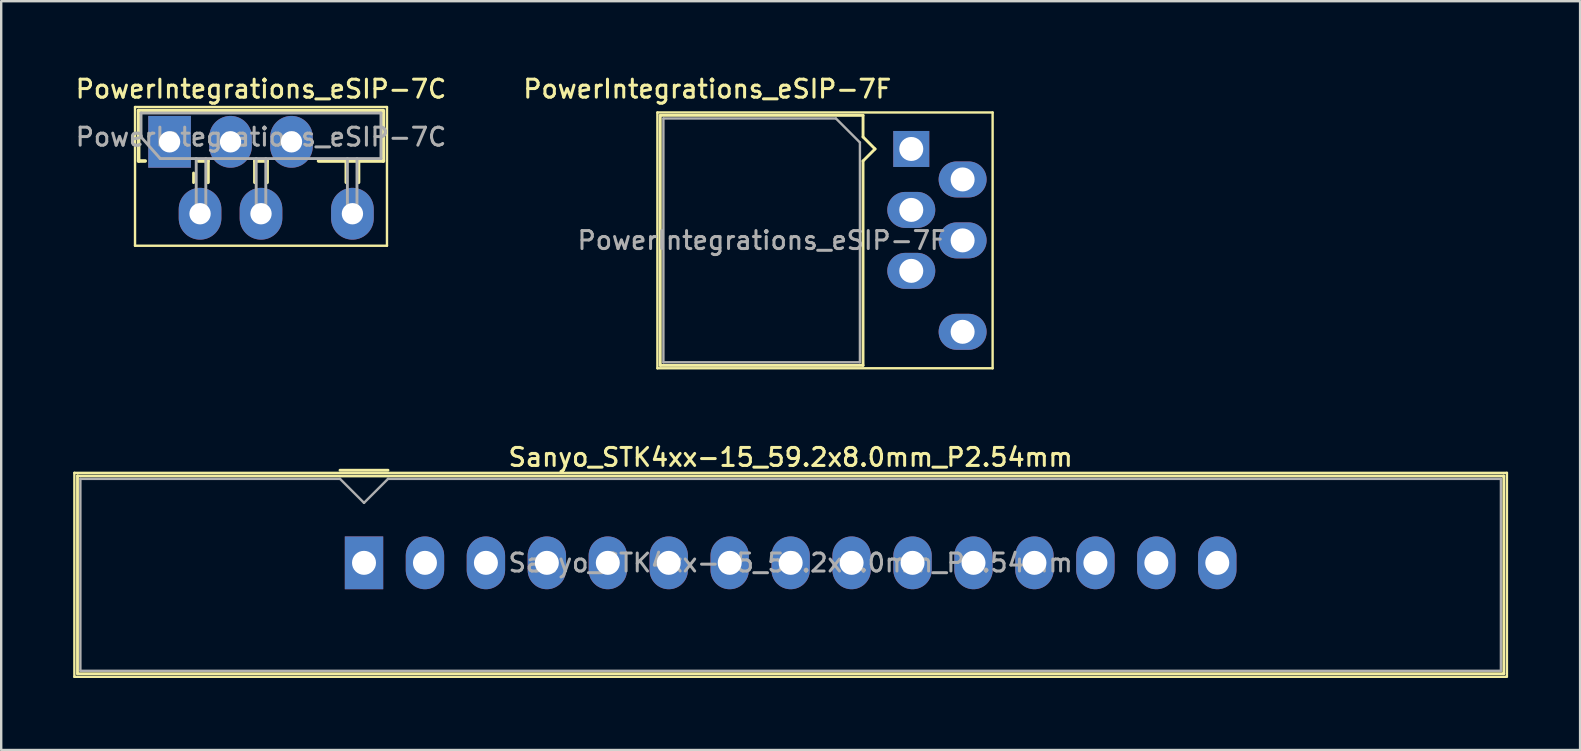
<source format=kicad_pcb>
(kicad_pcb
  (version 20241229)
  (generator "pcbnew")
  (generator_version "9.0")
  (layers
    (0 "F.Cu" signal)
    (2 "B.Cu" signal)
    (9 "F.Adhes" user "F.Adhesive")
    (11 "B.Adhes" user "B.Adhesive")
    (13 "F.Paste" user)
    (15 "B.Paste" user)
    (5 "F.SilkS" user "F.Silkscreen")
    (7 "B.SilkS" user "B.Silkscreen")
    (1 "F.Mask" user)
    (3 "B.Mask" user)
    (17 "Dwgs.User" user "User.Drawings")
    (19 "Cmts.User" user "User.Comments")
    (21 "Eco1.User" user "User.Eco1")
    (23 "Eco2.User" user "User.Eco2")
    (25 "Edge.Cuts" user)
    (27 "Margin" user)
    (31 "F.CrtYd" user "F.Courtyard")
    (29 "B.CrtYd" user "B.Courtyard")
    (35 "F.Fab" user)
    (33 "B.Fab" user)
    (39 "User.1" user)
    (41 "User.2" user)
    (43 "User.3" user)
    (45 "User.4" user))
  (footprint "Sanyo_STK4xx-15_59.2x8.0mm_P2.54mm"
    (layer "F.Cu")
    (at 12.12 20.406)
    (property "Reference" "Sanyo_STK4xx-15_59.2x8.0mm_P2.54mm" (at 17.78 -4.4 0) (layer "F.SilkS") (effects (font (size 0.75 0.75) (thickness 0.125))))
    (attr through_hole)
    (fp_line (start -12.07 -3.75) (end 47.63 -3.75) (stroke (width 0.1) (type solid)) (layer "F.SilkS"))
    (fp_line (start -12.07 4.75) (end -12.07 -3.75) (stroke (width 0.1) (type solid)) (layer "F.SilkS"))
    (fp_line (start -11.94 -3.62) (end 47.5 -3.62) (stroke (width 0.12) (type solid)) (layer "F.SilkS"))
    (fp_line (start -11.94 4.62) (end -11.94 -3.63) (stroke (width 0.12) (type solid)) (layer "F.SilkS"))
    (fp_line (start 1 -3.86) (end -1 -3.86) (stroke (width 0.12) (type solid)) (layer "F.SilkS"))
    (fp_line (start 47.5 -3.62) (end 47.5 4.62) (stroke (width 0.12) (type solid)) (layer "F.SilkS"))
    (fp_line (start 47.5 4.62) (end -11.94 4.62) (stroke (width 0.12) (type solid)) (layer "F.SilkS"))
    (fp_line (start 47.6 4.75) (end -12.07 4.75) (stroke (width 0.1) (type solid)) (layer "F.SilkS"))
    (fp_line (start 47.63 -3.75) (end 47.63 4.75) (stroke (width 0.1) (type solid)) (layer "F.SilkS"))
    (fp_line (start -11.82 -3.5) (end -1 -3.5) (stroke (width 0.1) (type solid)) (layer "F.Fab"))
    (fp_line (start -11.82 4.5) (end -11.82 -3.5) (stroke (width 0.1) (type solid)) (layer "F.Fab"))
    (fp_line (start -1 -3.5) (end 0 -2.5) (stroke (width 0.1) (type solid)) (layer "F.Fab"))
    (fp_line (start 0 -2.5) (end 1 -3.5) (stroke (width 0.1) (type solid)) (layer "F.Fab"))
    (fp_line (start 1 -3.5) (end 47.38 -3.5) (stroke (width 0.1) (type solid)) (layer "F.Fab"))
    (fp_line (start 47.38 -3.5) (end 47.38 4.5) (stroke (width 0.1) (type solid)) (layer "F.Fab"))
    (fp_line (start 47.38 4.5) (end -11.82 4.5) (stroke (width 0.1) (type solid)) (layer "F.Fab"))
    (fp_text user "${REFERENCE}" (at 17.78 0 0) (layer "F.Fab") (effects (font (size 0.75 0.75) (thickness 0.125))))
    (pad "1" thru_hole rect (at 0 0) (size 1.6 2.2) (drill 1) (layers "*.Cu" "*.Mask"))
    (pad "2" thru_hole oval (at 2.54 0) (size 1.6 2.2) (drill 1) (layers "*.Cu" "*.Mask"))
    (pad "3" thru_hole oval (at 5.08 0) (size 1.6 2.2) (drill 1) (layers "*.Cu" "*.Mask"))
    (pad "4" thru_hole oval (at 7.62 0) (size 1.6 2.2) (drill 1) (layers "*.Cu" "*.Mask"))
    (pad "5" thru_hole oval (at 10.16 0) (size 1.6 2.2) (drill 1) (layers "*.Cu" "*.Mask"))
    (pad "6" thru_hole oval (at 12.7 0) (size 1.6 2.2) (drill 1) (layers "*.Cu" "*.Mask"))
    (pad "7" thru_hole oval (at 15.24 0) (size 1.6 2.2) (drill 1) (layers "*.Cu" "*.Mask"))
    (pad "8" thru_hole oval (at 17.78 0) (size 1.6 2.2) (drill 1) (layers "*.Cu" "*.Mask"))
    (pad "9" thru_hole oval (at 20.32 0) (size 1.6 2.2) (drill 1) (layers "*.Cu" "*.Mask"))
    (pad "10" thru_hole oval (at 22.86 0) (size 1.6 2.2) (drill 1) (layers "*.Cu" "*.Mask"))
    (pad "11" thru_hole oval (at 25.4 0) (size 1.6 2.2) (drill 1) (layers "*.Cu" "*.Mask"))
    (pad "12" thru_hole oval (at 27.94 0) (size 1.6 2.2) (drill 1) (layers "*.Cu" "*.Mask"))
    (pad "13" thru_hole oval (at 30.48 0) (size 1.6 2.2) (drill 1) (layers "*.Cu" "*.Mask"))
    (pad "14" thru_hole oval (at 33.02 0) (size 1.6 2.2) (drill 1) (layers "*.Cu" "*.Mask"))
    (pad "15" thru_hole oval (at 35.56 0) (size 1.6 2.2) (drill 1) (layers "*.Cu" "*.Mask")))
  (footprint "PowerIntegrations_eSIP-7C"
    (layer "F.Cu")
    (at 4.017 2.86)
    (property "Reference" "PowerIntegrations_eSIP-7C" (at 3.81 -2.201 0) (layer "F.SilkS") (effects (font (size 0.75 0.75) (thickness 0.125))))
    (attr through_hole)
    (fp_line (start -1.44 -1.45) (end -1.44 4.33) (stroke (width 0.1) (type solid)) (layer "F.SilkS"))
    (fp_line (start -1.44 -1.45) (end 9.06 -1.45) (stroke (width 0.1) (type solid)) (layer "F.SilkS"))
    (fp_line (start -1.29 -1.301) (end 8.87 -1.301) (stroke (width 0.15) (type solid)) (layer "F.SilkS"))
    (fp_line (start -1.29 0.799) (end -1.29 -1.301) (stroke (width 0.15) (type solid)) (layer "F.SilkS"))
    (fp_line (start -1.016 0.799) (end -1.29 0.799) (stroke (width 0.15) (type solid)) (layer "F.SilkS"))
    (fp_line (start 1 1.7) (end 1 1.3) (stroke (width 0.12) (type solid)) (layer "F.SilkS"))
    (fp_line (start 1.6 0.8) (end 1.2 0.8) (stroke (width 0.15) (type solid)) (layer "F.SilkS"))
    (fp_line (start 1.6 0.8) (end 1.6 1.689) (stroke (width 0.15) (type solid)) (layer "F.SilkS"))
    (fp_line (start 3.556 0.8) (end 3.556 1.689) (stroke (width 0.15) (type solid)) (layer "F.SilkS"))
    (fp_line (start 4.064 0.8) (end 3.556 0.8) (stroke (width 0.15) (type solid)) (layer "F.SilkS"))
    (fp_line (start 4.064 0.8) (end 4.064 1.689) (stroke (width 0.15) (type solid)) (layer "F.SilkS"))
    (fp_line (start 7.366 1.689) (end 7.366 0.8) (stroke (width 0.15) (type solid)) (layer "F.SilkS"))
    (fp_line (start 7.874 1.689) (end 7.874 0.8) (stroke (width 0.15) (type solid)) (layer "F.SilkS"))
    (fp_line (start 8.91 0.799) (end 6.21 0.799) (stroke (width 0.15) (type solid)) (layer "F.SilkS"))
    (fp_line (start 8.91 0.799) (end 8.91 -1.301) (stroke (width 0.15) (type solid)) (layer "F.SilkS"))
    (fp_line (start 9.06 4.33) (end -1.44 4.33) (stroke (width 0.1) (type solid)) (layer "F.SilkS"))
    (fp_line (start 9.06 4.33) (end 9.06 -1.45) (stroke (width 0.1) (type solid)) (layer "F.SilkS"))
    (fp_line (start -1.19 -1.201) (end 8.81 -1.201) (stroke (width 0.12) (type solid)) (layer "F.Fab"))
    (fp_line (start -1.19 -0.201) (end -1.19 -1.201) (stroke (width 0.12) (type solid)) (layer "F.Fab"))
    (fp_line (start -0.39 0.699) (end -1.19 -0.201) (stroke (width 0.12) (type solid)) (layer "F.Fab"))
    (fp_line (start 1.11 0.699) (end 1.11 2.999) (stroke (width 0.12) (type solid)) (layer "F.Fab"))
    (fp_line (start 1.11 2.999) (end 1.51 2.999) (stroke (width 0.12) (type solid)) (layer "F.Fab"))
    (fp_line (start 1.51 2.999) (end 1.51 0.699) (stroke (width 0.12) (type solid)) (layer "F.Fab"))
    (fp_line (start 3.61 0.699) (end 3.61 2.999) (stroke (width 0.12) (type solid)) (layer "F.Fab"))
    (fp_line (start 3.61 2.999) (end 4.01 2.999) (stroke (width 0.12) (type solid)) (layer "F.Fab"))
    (fp_line (start 4.01 2.999) (end 4.01 0.699) (stroke (width 0.12) (type solid)) (layer "F.Fab"))
    (fp_line (start 7.41 0.699) (end 7.41 2.999) (stroke (width 0.12) (type solid)) (layer "F.Fab"))
    (fp_line (start 7.41 2.999) (end 7.81 2.999) (stroke (width 0.12) (type solid)) (layer "F.Fab"))
    (fp_line (start 7.81 2.999) (end 7.81 0.699) (stroke (width 0.12) (type solid)) (layer "F.Fab"))
    (fp_line (start 8.81 -1.201) (end 8.81 0.699) (stroke (width 0.12) (type solid)) (layer "F.Fab"))
    (fp_line (start 8.81 0.699) (end -0.39 0.699) (stroke (width 0.12) (type solid)) (layer "F.Fab"))
    (fp_text user "${REFERENCE}" (at 3.81 -0.201 0) (layer "F.Fab") (effects (font (size 0.75 0.75) (thickness 0.125))))
    (pad "1" thru_hole rect (at 0 0) (size 1.778 2.159) (drill 0.889) (layers "*.Cu" "*.Mask"))
    (pad "2" thru_hole oval (at 1.27 2.997) (size 1.778 2.159) (drill 0.889) (layers "*.Cu" "*.Mask"))
    (pad "3" thru_hole oval (at 2.54 0) (size 1.778 2.159) (drill 0.889) (layers "*.Cu" "*.Mask"))
    (pad "4" thru_hole oval (at 3.81 2.997) (size 1.778 2.159) (drill 0.889) (layers "*.Cu" "*.Mask"))
    (pad "5" thru_hole oval (at 5.08 0) (size 1.778 2.159) (drill 0.889) (layers "*.Cu" "*.Mask"))
    (pad "7" thru_hole oval (at 7.62 2.997) (size 1.778 2.159) (drill 0.889) (layers "*.Cu" "*.Mask")))
  (footprint "PowerIntegrations_eSIP-7F"
    (layer "F.Cu")
    (at 34.927 3.158)
    (property "Reference" "PowerIntegrations_eSIP-7F" (at -8.5 -2.5 0) (layer "F.SilkS") (effects (font (size 0.75 0.75) (thickness 0.125))))
    (attr through_hole)
    (fp_line (start -10.58 -1.52) (end 3.39 -1.52) (stroke (width 0.1) (type solid)) (layer "F.SilkS"))
    (fp_line (start -10.58 9.14) (end -10.58 -1.52) (stroke (width 0.1) (type solid)) (layer "F.SilkS"))
    (fp_line (start -10.46 -1.4) (end -2.01 -1.4) (stroke (width 0.12) (type solid)) (layer "F.SilkS"))
    (fp_line (start -10.46 9.02) (end -10.46 -1.4) (stroke (width 0.12) (type solid)) (layer "F.SilkS"))
    (fp_line (start -2.01 -0.5) (end -2.01 -1.4) (stroke (width 0.12) (type solid)) (layer "F.SilkS"))
    (fp_line (start -2.01 0.5) (end -2.01 9.02) (stroke (width 0.12) (type solid)) (layer "F.SilkS"))
    (fp_line (start -2.01 0.5) (end -1.51 0) (stroke (width 0.12) (type solid)) (layer "F.SilkS"))
    (fp_line (start -2.01 9.02) (end -10.46 9.02) (stroke (width 0.12) (type solid)) (layer "F.SilkS"))
    (fp_line (start -1.51 0) (end -2.01 -0.5) (stroke (width 0.12) (type solid)) (layer "F.SilkS"))
    (fp_line (start 3.39 -1.52) (end 3.39 9.14) (stroke (width 0.1) (type solid)) (layer "F.SilkS"))
    (fp_line (start 3.39 9.14) (end -10.58 9.14) (stroke (width 0.1) (type solid)) (layer "F.SilkS"))
    (fp_line (start -10.33 -1.27) (end -3.14 -1.27) (stroke (width 0.1) (type solid)) (layer "F.Fab"))
    (fp_line (start -10.33 8.89) (end -10.33 -1.27) (stroke (width 0.1) (type solid)) (layer "F.Fab"))
    (fp_line (start -3.14 -1.27) (end -2.14 -0.27) (stroke (width 0.1) (type solid)) (layer "F.Fab"))
    (fp_line (start -2.14 -0.27) (end -2.14 8.89) (stroke (width 0.1) (type solid)) (layer "F.Fab"))
    (fp_line (start -2.14 8.89) (end -10.33 8.89) (stroke (width 0.1) (type solid)) (layer "F.Fab"))
    (fp_text user "${REFERENCE}" (at -6.24 3.81 0) (layer "F.Fab") (effects (font (size 0.75 0.75) (thickness 0.125))))
    (pad "1" thru_hole rect (at 0 0) (size 1.5 1.5) (drill 1) (layers "*.Cu" "*.Mask"))
    (pad "2" thru_hole oval (at 2.14 1.27) (size 2 1.5) (drill 1) (layers "*.Cu" "*.Mask"))
    (pad "3" thru_hole oval (at 0 2.54) (size 2 1.5) (drill 1) (layers "*.Cu" "*.Mask"))
    (pad "4" thru_hole oval (at 2.14 3.81) (size 2 1.5) (drill 1) (layers "*.Cu" "*.Mask"))
    (pad "5" thru_hole oval (at 0 5.08) (size 2 1.5) (drill 1) (layers "*.Cu" "*.Mask"))
    (pad "7" thru_hole oval (at 2.14 7.62) (size 2 1.5) (drill 1) (layers "*.Cu" "*.Mask")))
  (gr_rect
    (start -3 -3)
    (end 62.8 28.206)
    (stroke (width 0.1) (type default))
    (fill no)
    (layer "Edge.Cuts")))
</source>
